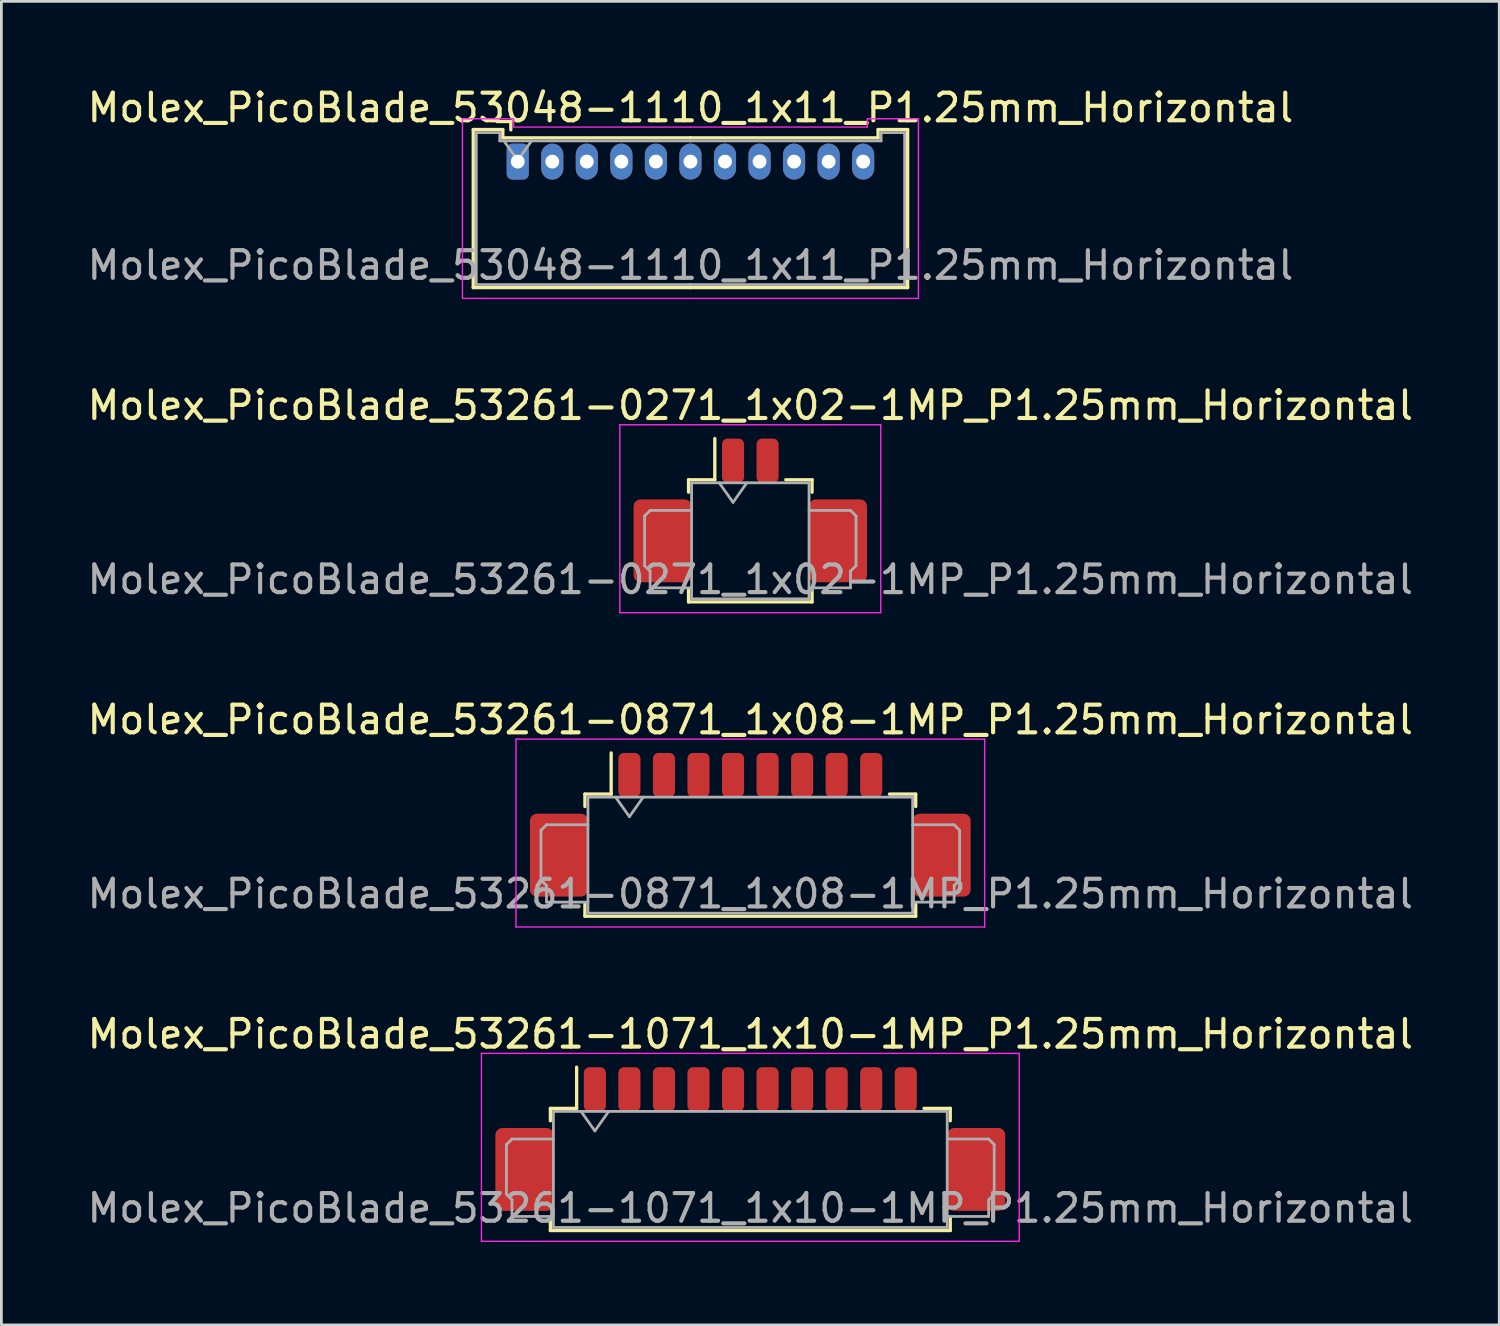
<source format=kicad_pcb>
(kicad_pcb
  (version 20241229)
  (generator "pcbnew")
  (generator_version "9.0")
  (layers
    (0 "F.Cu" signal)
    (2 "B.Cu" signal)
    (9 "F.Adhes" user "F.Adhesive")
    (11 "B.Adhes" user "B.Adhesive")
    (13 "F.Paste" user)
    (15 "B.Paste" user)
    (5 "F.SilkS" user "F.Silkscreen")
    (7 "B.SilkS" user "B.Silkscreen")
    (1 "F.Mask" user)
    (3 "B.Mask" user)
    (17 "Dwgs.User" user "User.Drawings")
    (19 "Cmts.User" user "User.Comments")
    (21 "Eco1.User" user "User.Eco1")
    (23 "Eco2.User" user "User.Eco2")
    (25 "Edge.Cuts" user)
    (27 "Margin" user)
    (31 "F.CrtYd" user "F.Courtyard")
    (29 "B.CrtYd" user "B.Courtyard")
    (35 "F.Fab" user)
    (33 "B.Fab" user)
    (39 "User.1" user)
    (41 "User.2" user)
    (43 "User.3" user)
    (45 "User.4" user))
  (footprint "Molex_PicoBlade_53261-0271_1x02-1MP_P1.25mm_Horizontal"
    (layer "F.Cu")
    (at 24.101 16.021)
    (property "Reference" "Molex_PicoBlade_53261-0271_1x02-1MP_P1.25mm_Horizontal" (at 0 -4.4 0) (layer "F.SilkS") (effects (font (size 1 1) (thickness 0.15))))
    (attr smd)
    (fp_line (start -2.235 -1.71) (end -1.285 -1.71) (stroke (width 0.12) (type solid)) (layer "F.SilkS"))
    (fp_line (start -2.235 -1.26) (end -2.235 -1.71) (stroke (width 0.12) (type solid)) (layer "F.SilkS"))
    (fp_line (start -2.235 2.26) (end -2.235 2.71) (stroke (width 0.12) (type solid)) (layer "F.SilkS"))
    (fp_line (start -2.235 2.71) (end 2.235 2.71) (stroke (width 0.12) (type solid)) (layer "F.SilkS"))
    (fp_line (start -1.285 -1.71) (end -1.285 -3.2) (stroke (width 0.12) (type solid)) (layer "F.SilkS"))
    (fp_line (start 2.235 -1.71) (end 1.285 -1.71) (stroke (width 0.12) (type solid)) (layer "F.SilkS"))
    (fp_line (start 2.235 -1.26) (end 2.235 -1.71) (stroke (width 0.12) (type solid)) (layer "F.SilkS"))
    (fp_line (start 2.235 2.71) (end 2.235 2.26) (stroke (width 0.12) (type solid)) (layer "F.SilkS"))
    (fp_line (start -4.72 -3.7) (end -4.72 3.1) (stroke (width 0.05) (type solid)) (layer "F.CrtYd"))
    (fp_line (start -4.72 3.1) (end 4.72 3.1) (stroke (width 0.05) (type solid)) (layer "F.CrtYd"))
    (fp_line (start 4.72 -3.7) (end -4.72 -3.7) (stroke (width 0.05) (type solid)) (layer "F.CrtYd"))
    (fp_line (start 4.72 3.1) (end 4.72 -3.7) (stroke (width 0.05) (type solid)) (layer "F.CrtYd"))
    (fp_line (start -3.825 -0.4) (end -3.825 1.4) (stroke (width 0.1) (type solid)) (layer "F.Fab"))
    (fp_line (start -3.825 1.4) (end -3.625 1.6) (stroke (width 0.1) (type solid)) (layer "F.Fab"))
    (fp_line (start -3.625 -0.6) (end -3.825 -0.4) (stroke (width 0.1) (type solid)) (layer "F.Fab"))
    (fp_line (start -3.625 1.6) (end -3.625 2.2) (stroke (width 0.1) (type solid)) (layer "F.Fab"))
    (fp_line (start -3.625 2.2) (end -2.125 2.2) (stroke (width 0.1) (type solid)) (layer "F.Fab"))
    (fp_line (start -2.125 -1.6) (end -2.125 2.6) (stroke (width 0.1) (type solid)) (layer "F.Fab"))
    (fp_line (start -2.125 -1.6) (end 2.125 -1.6) (stroke (width 0.1) (type solid)) (layer "F.Fab"))
    (fp_line (start -2.125 -0.6) (end -3.625 -0.6) (stroke (width 0.1) (type solid)) (layer "F.Fab"))
    (fp_line (start -2.125 2.6) (end 2.125 2.6) (stroke (width 0.1) (type solid)) (layer "F.Fab"))
    (fp_line (start -1.125 -1.6) (end -0.625 -0.893) (stroke (width 0.1) (type solid)) (layer "F.Fab"))
    (fp_line (start -0.625 -0.893) (end -0.125 -1.6) (stroke (width 0.1) (type solid)) (layer "F.Fab"))
    (fp_line (start 2.125 -1.6) (end 2.125 2.6) (stroke (width 0.1) (type solid)) (layer "F.Fab"))
    (fp_line (start 2.125 -0.6) (end 3.625 -0.6) (stroke (width 0.1) (type solid)) (layer "F.Fab"))
    (fp_line (start 3.625 -0.6) (end 3.825 -0.4) (stroke (width 0.1) (type solid)) (layer "F.Fab"))
    (fp_line (start 3.625 1.6) (end 3.625 2.2) (stroke (width 0.1) (type solid)) (layer "F.Fab"))
    (fp_line (start 3.625 2.2) (end 2.125 2.2) (stroke (width 0.1) (type solid)) (layer "F.Fab"))
    (fp_line (start 3.825 -0.4) (end 3.825 1.4) (stroke (width 0.1) (type solid)) (layer "F.Fab"))
    (fp_line (start 3.825 1.4) (end 3.625 1.6) (stroke (width 0.1) (type solid)) (layer "F.Fab"))
    (fp_text user "${REFERENCE}" (at 0 1.9 0) (layer "F.Fab") (effects (font (size 1 1) (thickness 0.15))))
    (pad "1" smd roundrect (at -0.625 -2.4) (size 0.8 1.6) (layers "F.Cu" "F.Mask" "F.Paste") (roundrect_rratio 0.25))
    (pad "2" smd roundrect (at 0.625 -2.4) (size 0.8 1.6) (layers "F.Cu" "F.Mask" "F.Paste") (roundrect_rratio 0.25))
    (pad "MP" smd roundrect (at -3.175 0.5) (size 2.1 3) (layers "F.Cu" "F.Mask" "F.Paste") (roundrect_rratio 0.119))
    (pad "MP" smd roundrect (at 3.175 0.5) (size 2.1 3) (layers "F.Cu" "F.Mask" "F.Paste") (roundrect_rratio 0.119)))
  (footprint "Molex_PicoBlade_53261-0871_1x08-1MP_P1.25mm_Horizontal"
    (layer "F.Cu")
    (at 24.101 27.395)
    (property "Reference" "Molex_PicoBlade_53261-0871_1x08-1MP_P1.25mm_Horizontal" (at 0 -4.4 0) (layer "F.SilkS") (effects (font (size 1 1) (thickness 0.15))))
    (attr smd)
    (fp_line (start -5.985 -1.71) (end -5.035 -1.71) (stroke (width 0.12) (type solid)) (layer "F.SilkS"))
    (fp_line (start -5.985 -1.26) (end -5.985 -1.71) (stroke (width 0.12) (type solid)) (layer "F.SilkS"))
    (fp_line (start -5.985 2.26) (end -5.985 2.71) (stroke (width 0.12) (type solid)) (layer "F.SilkS"))
    (fp_line (start -5.985 2.71) (end 5.985 2.71) (stroke (width 0.12) (type solid)) (layer "F.SilkS"))
    (fp_line (start -5.035 -1.71) (end -5.035 -3.2) (stroke (width 0.12) (type solid)) (layer "F.SilkS"))
    (fp_line (start 5.985 -1.71) (end 5.035 -1.71) (stroke (width 0.12) (type solid)) (layer "F.SilkS"))
    (fp_line (start 5.985 -1.26) (end 5.985 -1.71) (stroke (width 0.12) (type solid)) (layer "F.SilkS"))
    (fp_line (start 5.985 2.71) (end 5.985 2.26) (stroke (width 0.12) (type solid)) (layer "F.SilkS"))
    (fp_line (start -8.48 -3.7) (end -8.48 3.1) (stroke (width 0.05) (type solid)) (layer "F.CrtYd"))
    (fp_line (start -8.48 3.1) (end 8.48 3.1) (stroke (width 0.05) (type solid)) (layer "F.CrtYd"))
    (fp_line (start 8.48 -3.7) (end -8.48 -3.7) (stroke (width 0.05) (type solid)) (layer "F.CrtYd"))
    (fp_line (start 8.48 3.1) (end 8.48 -3.7) (stroke (width 0.05) (type solid)) (layer "F.CrtYd"))
    (fp_line (start -7.575 -0.4) (end -7.575 1.4) (stroke (width 0.1) (type solid)) (layer "F.Fab"))
    (fp_line (start -7.575 1.4) (end -7.375 1.6) (stroke (width 0.1) (type solid)) (layer "F.Fab"))
    (fp_line (start -7.375 -0.6) (end -7.575 -0.4) (stroke (width 0.1) (type solid)) (layer "F.Fab"))
    (fp_line (start -7.375 1.6) (end -7.375 2.2) (stroke (width 0.1) (type solid)) (layer "F.Fab"))
    (fp_line (start -7.375 2.2) (end -5.875 2.2) (stroke (width 0.1) (type solid)) (layer "F.Fab"))
    (fp_line (start -5.875 -1.6) (end -5.875 2.6) (stroke (width 0.1) (type solid)) (layer "F.Fab"))
    (fp_line (start -5.875 -1.6) (end 5.875 -1.6) (stroke (width 0.1) (type solid)) (layer "F.Fab"))
    (fp_line (start -5.875 -0.6) (end -7.375 -0.6) (stroke (width 0.1) (type solid)) (layer "F.Fab"))
    (fp_line (start -5.875 2.6) (end 5.875 2.6) (stroke (width 0.1) (type solid)) (layer "F.Fab"))
    (fp_line (start -4.875 -1.6) (end -4.375 -0.893) (stroke (width 0.1) (type solid)) (layer "F.Fab"))
    (fp_line (start -4.375 -0.893) (end -3.875 -1.6) (stroke (width 0.1) (type solid)) (layer "F.Fab"))
    (fp_line (start 5.875 -1.6) (end 5.875 2.6) (stroke (width 0.1) (type solid)) (layer "F.Fab"))
    (fp_line (start 5.875 -0.6) (end 7.375 -0.6) (stroke (width 0.1) (type solid)) (layer "F.Fab"))
    (fp_line (start 7.375 -0.6) (end 7.575 -0.4) (stroke (width 0.1) (type solid)) (layer "F.Fab"))
    (fp_line (start 7.375 1.6) (end 7.375 2.2) (stroke (width 0.1) (type solid)) (layer "F.Fab"))
    (fp_line (start 7.375 2.2) (end 5.875 2.2) (stroke (width 0.1) (type solid)) (layer "F.Fab"))
    (fp_line (start 7.575 -0.4) (end 7.575 1.4) (stroke (width 0.1) (type solid)) (layer "F.Fab"))
    (fp_line (start 7.575 1.4) (end 7.375 1.6) (stroke (width 0.1) (type solid)) (layer "F.Fab"))
    (fp_text user "${REFERENCE}" (at 0 1.9 0) (layer "F.Fab") (effects (font (size 1 1) (thickness 0.15))))
    (pad "1" smd roundrect (at -4.375 -2.4) (size 0.8 1.6) (layers "F.Cu" "F.Mask" "F.Paste") (roundrect_rratio 0.25))
    (pad "2" smd roundrect (at -3.125 -2.4) (size 0.8 1.6) (layers "F.Cu" "F.Mask" "F.Paste") (roundrect_rratio 0.25))
    (pad "3" smd roundrect (at -1.875 -2.4) (size 0.8 1.6) (layers "F.Cu" "F.Mask" "F.Paste") (roundrect_rratio 0.25))
    (pad "4" smd roundrect (at -0.625 -2.4) (size 0.8 1.6) (layers "F.Cu" "F.Mask" "F.Paste") (roundrect_rratio 0.25))
    (pad "5" smd roundrect (at 0.625 -2.4) (size 0.8 1.6) (layers "F.Cu" "F.Mask" "F.Paste") (roundrect_rratio 0.25))
    (pad "6" smd roundrect (at 1.875 -2.4) (size 0.8 1.6) (layers "F.Cu" "F.Mask" "F.Paste") (roundrect_rratio 0.25))
    (pad "7" smd roundrect (at 3.125 -2.4) (size 0.8 1.6) (layers "F.Cu" "F.Mask" "F.Paste") (roundrect_rratio 0.25))
    (pad "8" smd roundrect (at 4.375 -2.4) (size 0.8 1.6) (layers "F.Cu" "F.Mask" "F.Paste") (roundrect_rratio 0.25))
    (pad "MP" smd roundrect (at -6.925 0.5) (size 2.1 3) (layers "F.Cu" "F.Mask" "F.Paste") (roundrect_rratio 0.119))
    (pad "MP" smd roundrect (at 6.925 0.5) (size 2.1 3) (layers "F.Cu" "F.Mask" "F.Paste") (roundrect_rratio 0.119)))
  (footprint "Molex_PicoBlade_53048-1110_1x11_P1.25mm_Horizontal"
    (layer "F.Cu")
    (at 15.685 2.798)
    (property "Reference" "Molex_PicoBlade_53048-1110_1x11_P1.25mm_Horizontal" (at 6.25 -1.95 0) (layer "F.SilkS") (effects (font (size 1 1) (thickness 0.15))))
    (attr through_hole)
    (fp_line (start -1.61 -1.16) (end -1.61 4.56) (stroke (width 0.12) (type solid)) (layer "F.SilkS"))
    (fp_line (start -1.61 4.56) (end 6.25 4.56) (stroke (width 0.12) (type solid)) (layer "F.SilkS"))
    (fp_line (start -0.54 -1.16) (end -1.61 -1.16) (stroke (width 0.12) (type solid)) (layer "F.SilkS"))
    (fp_line (start -0.54 -0.86) (end -0.54 -1.16) (stroke (width 0.12) (type solid)) (layer "F.SilkS"))
    (fp_line (start -0.25 -1.45) (end -0.75 -1.45) (stroke (width 0.12) (type solid)) (layer "F.SilkS"))
    (fp_line (start -0.25 -1.15) (end -0.25 -1.45) (stroke (width 0.12) (type solid)) (layer "F.SilkS"))
    (fp_line (start 6.25 -0.86) (end -0.54 -0.86) (stroke (width 0.12) (type solid)) (layer "F.SilkS"))
    (fp_line (start 6.25 -0.86) (end 13.04 -0.86) (stroke (width 0.12) (type solid)) (layer "F.SilkS"))
    (fp_line (start 13.04 -1.16) (end 14.11 -1.16) (stroke (width 0.12) (type solid)) (layer "F.SilkS"))
    (fp_line (start 13.04 -0.86) (end 13.04 -1.16) (stroke (width 0.12) (type solid)) (layer "F.SilkS"))
    (fp_line (start 14.11 -1.16) (end 14.11 4.56) (stroke (width 0.12) (type solid)) (layer "F.SilkS"))
    (fp_line (start 14.11 4.56) (end 6.25 4.56) (stroke (width 0.12) (type solid)) (layer "F.SilkS"))
    (fp_line (start -2 -1.55) (end -2 4.95) (stroke (width 0.05) (type solid)) (layer "F.CrtYd"))
    (fp_line (start -2 4.95) (end 6.25 4.95) (stroke (width 0.05) (type solid)) (layer "F.CrtYd"))
    (fp_line (start -0.15 -1.55) (end -2 -1.55) (stroke (width 0.05) (type solid)) (layer "F.CrtYd"))
    (fp_line (start -0.15 -1.25) (end -0.15 -1.55) (stroke (width 0.05) (type solid)) (layer "F.CrtYd"))
    (fp_line (start 6.25 -1.25) (end -0.15 -1.25) (stroke (width 0.05) (type solid)) (layer "F.CrtYd"))
    (fp_line (start 6.25 -1.25) (end 12.65 -1.25) (stroke (width 0.05) (type solid)) (layer "F.CrtYd"))
    (fp_line (start 12.65 -1.55) (end 14.5 -1.55) (stroke (width 0.05) (type solid)) (layer "F.CrtYd"))
    (fp_line (start 12.65 -1.25) (end 12.65 -1.55) (stroke (width 0.05) (type solid)) (layer "F.CrtYd"))
    (fp_line (start 14.5 -1.55) (end 14.5 4.95) (stroke (width 0.05) (type solid)) (layer "F.CrtYd"))
    (fp_line (start 14.5 4.95) (end 6.25 4.95) (stroke (width 0.05) (type solid)) (layer "F.CrtYd"))
    (fp_line (start -1.5 -1.05) (end -1.5 4.45) (stroke (width 0.1) (type solid)) (layer "F.Fab"))
    (fp_line (start -1.5 4.45) (end 6.25 4.45) (stroke (width 0.1) (type solid)) (layer "F.Fab"))
    (fp_line (start -0.65 -1.05) (end -1.5 -1.05) (stroke (width 0.1) (type solid)) (layer "F.Fab"))
    (fp_line (start -0.65 -0.75) (end -0.65 -1.05) (stroke (width 0.1) (type solid)) (layer "F.Fab"))
    (fp_line (start -0.5 -0.75) (end 0 -0.043) (stroke (width 0.1) (type solid)) (layer "F.Fab"))
    (fp_line (start 0 -0.043) (end 0.5 -0.75) (stroke (width 0.1) (type solid)) (layer "F.Fab"))
    (fp_line (start 6.25 -0.75) (end -0.65 -0.75) (stroke (width 0.1) (type solid)) (layer "F.Fab"))
    (fp_line (start 6.25 -0.75) (end 13.15 -0.75) (stroke (width 0.1) (type solid)) (layer "F.Fab"))
    (fp_line (start 13.15 -1.05) (end 14 -1.05) (stroke (width 0.1) (type solid)) (layer "F.Fab"))
    (fp_line (start 13.15 -0.75) (end 13.15 -1.05) (stroke (width 0.1) (type solid)) (layer "F.Fab"))
    (fp_line (start 14 -1.05) (end 14 4.45) (stroke (width 0.1) (type solid)) (layer "F.Fab"))
    (fp_line (start 14 4.45) (end 6.25 4.45) (stroke (width 0.1) (type solid)) (layer "F.Fab"))
    (fp_text user "${REFERENCE}" (at 6.25 3.75 0) (layer "F.Fab") (effects (font (size 1 1) (thickness 0.15))))
    (pad "1" thru_hole roundrect (at 0 0) (size 0.8 1.3) (drill 0.5) (layers "*.Cu" "*.Mask") (roundrect_rratio 0.25))
    (pad "2" thru_hole oval (at 1.25 0) (size 0.8 1.3) (drill 0.5) (layers "*.Cu" "*.Mask"))
    (pad "3" thru_hole oval (at 2.5 0) (size 0.8 1.3) (drill 0.5) (layers "*.Cu" "*.Mask"))
    (pad "4" thru_hole oval (at 3.75 0) (size 0.8 1.3) (drill 0.5) (layers "*.Cu" "*.Mask"))
    (pad "5" thru_hole oval (at 5 0) (size 0.8 1.3) (drill 0.5) (layers "*.Cu" "*.Mask"))
    (pad "6" thru_hole oval (at 6.25 0) (size 0.8 1.3) (drill 0.5) (layers "*.Cu" "*.Mask"))
    (pad "7" thru_hole oval (at 7.5 0) (size 0.8 1.3) (drill 0.5) (layers "*.Cu" "*.Mask"))
    (pad "8" thru_hole oval (at 8.75 0) (size 0.8 1.3) (drill 0.5) (layers "*.Cu" "*.Mask"))
    (pad "9" thru_hole oval (at 10 0) (size 0.8 1.3) (drill 0.5) (layers "*.Cu" "*.Mask"))
    (pad "10" thru_hole oval (at 11.25 0) (size 0.8 1.3) (drill 0.5) (layers "*.Cu" "*.Mask"))
    (pad "11" thru_hole oval (at 12.5 0) (size 0.8 1.3) (drill 0.5) (layers "*.Cu" "*.Mask")))
  (footprint "Molex_PicoBlade_53261-1071_1x10-1MP_P1.25mm_Horizontal"
    (layer "F.Cu")
    (at 24.101 38.768)
    (property "Reference" "Molex_PicoBlade_53261-1071_1x10-1MP_P1.25mm_Horizontal" (at 0 -4.4 0) (layer "F.SilkS") (effects (font (size 1 1) (thickness 0.15))))
    (attr smd)
    (fp_line (start -7.235 -1.71) (end -6.285 -1.71) (stroke (width 0.12) (type solid)) (layer "F.SilkS"))
    (fp_line (start -7.235 -1.26) (end -7.235 -1.71) (stroke (width 0.12) (type solid)) (layer "F.SilkS"))
    (fp_line (start -7.235 2.26) (end -7.235 2.71) (stroke (width 0.12) (type solid)) (layer "F.SilkS"))
    (fp_line (start -7.235 2.71) (end 7.235 2.71) (stroke (width 0.12) (type solid)) (layer "F.SilkS"))
    (fp_line (start -6.285 -1.71) (end -6.285 -3.2) (stroke (width 0.12) (type solid)) (layer "F.SilkS"))
    (fp_line (start 7.235 -1.71) (end 6.285 -1.71) (stroke (width 0.12) (type solid)) (layer "F.SilkS"))
    (fp_line (start 7.235 -1.26) (end 7.235 -1.71) (stroke (width 0.12) (type solid)) (layer "F.SilkS"))
    (fp_line (start 7.235 2.71) (end 7.235 2.26) (stroke (width 0.12) (type solid)) (layer "F.SilkS"))
    (fp_line (start -9.73 -3.7) (end -9.73 3.1) (stroke (width 0.05) (type solid)) (layer "F.CrtYd"))
    (fp_line (start -9.73 3.1) (end 9.73 3.1) (stroke (width 0.05) (type solid)) (layer "F.CrtYd"))
    (fp_line (start 9.73 -3.7) (end -9.73 -3.7) (stroke (width 0.05) (type solid)) (layer "F.CrtYd"))
    (fp_line (start 9.73 3.1) (end 9.73 -3.7) (stroke (width 0.05) (type solid)) (layer "F.CrtYd"))
    (fp_line (start -8.825 -0.4) (end -8.825 1.4) (stroke (width 0.1) (type solid)) (layer "F.Fab"))
    (fp_line (start -8.825 1.4) (end -8.625 1.6) (stroke (width 0.1) (type solid)) (layer "F.Fab"))
    (fp_line (start -8.625 -0.6) (end -8.825 -0.4) (stroke (width 0.1) (type solid)) (layer "F.Fab"))
    (fp_line (start -8.625 1.6) (end -8.625 2.2) (stroke (width 0.1) (type solid)) (layer "F.Fab"))
    (fp_line (start -8.625 2.2) (end -7.125 2.2) (stroke (width 0.1) (type solid)) (layer "F.Fab"))
    (fp_line (start -7.125 -1.6) (end -7.125 2.6) (stroke (width 0.1) (type solid)) (layer "F.Fab"))
    (fp_line (start -7.125 -1.6) (end 7.125 -1.6) (stroke (width 0.1) (type solid)) (layer "F.Fab"))
    (fp_line (start -7.125 -0.6) (end -8.625 -0.6) (stroke (width 0.1) (type solid)) (layer "F.Fab"))
    (fp_line (start -7.125 2.6) (end 7.125 2.6) (stroke (width 0.1) (type solid)) (layer "F.Fab"))
    (fp_line (start -6.125 -1.6) (end -5.625 -0.893) (stroke (width 0.1) (type solid)) (layer "F.Fab"))
    (fp_line (start -5.625 -0.893) (end -5.125 -1.6) (stroke (width 0.1) (type solid)) (layer "F.Fab"))
    (fp_line (start 7.125 -1.6) (end 7.125 2.6) (stroke (width 0.1) (type solid)) (layer "F.Fab"))
    (fp_line (start 7.125 -0.6) (end 8.625 -0.6) (stroke (width 0.1) (type solid)) (layer "F.Fab"))
    (fp_line (start 8.625 -0.6) (end 8.825 -0.4) (stroke (width 0.1) (type solid)) (layer "F.Fab"))
    (fp_line (start 8.625 1.6) (end 8.625 2.2) (stroke (width 0.1) (type solid)) (layer "F.Fab"))
    (fp_line (start 8.625 2.2) (end 7.125 2.2) (stroke (width 0.1) (type solid)) (layer "F.Fab"))
    (fp_line (start 8.825 -0.4) (end 8.825 1.4) (stroke (width 0.1) (type solid)) (layer "F.Fab"))
    (fp_line (start 8.825 1.4) (end 8.625 1.6) (stroke (width 0.1) (type solid)) (layer "F.Fab"))
    (fp_text user "${REFERENCE}" (at 0 1.9 0) (layer "F.Fab") (effects (font (size 1 1) (thickness 0.15))))
    (pad "1" smd roundrect (at -5.625 -2.4) (size 0.8 1.6) (layers "F.Cu" "F.Mask" "F.Paste") (roundrect_rratio 0.25))
    (pad "2" smd roundrect (at -4.375 -2.4) (size 0.8 1.6) (layers "F.Cu" "F.Mask" "F.Paste") (roundrect_rratio 0.25))
    (pad "3" smd roundrect (at -3.125 -2.4) (size 0.8 1.6) (layers "F.Cu" "F.Mask" "F.Paste") (roundrect_rratio 0.25))
    (pad "4" smd roundrect (at -1.875 -2.4) (size 0.8 1.6) (layers "F.Cu" "F.Mask" "F.Paste") (roundrect_rratio 0.25))
    (pad "5" smd roundrect (at -0.625 -2.4) (size 0.8 1.6) (layers "F.Cu" "F.Mask" "F.Paste") (roundrect_rratio 0.25))
    (pad "6" smd roundrect (at 0.625 -2.4) (size 0.8 1.6) (layers "F.Cu" "F.Mask" "F.Paste") (roundrect_rratio 0.25))
    (pad "7" smd roundrect (at 1.875 -2.4) (size 0.8 1.6) (layers "F.Cu" "F.Mask" "F.Paste") (roundrect_rratio 0.25))
    (pad "8" smd roundrect (at 3.125 -2.4) (size 0.8 1.6) (layers "F.Cu" "F.Mask" "F.Paste") (roundrect_rratio 0.25))
    (pad "9" smd roundrect (at 4.375 -2.4) (size 0.8 1.6) (layers "F.Cu" "F.Mask" "F.Paste") (roundrect_rratio 0.25))
    (pad "10" smd roundrect (at 5.625 -2.4) (size 0.8 1.6) (layers "F.Cu" "F.Mask" "F.Paste") (roundrect_rratio 0.25))
    (pad "MP" smd roundrect (at -8.175 0.5) (size 2.1 3) (layers "F.Cu" "F.Mask" "F.Paste") (roundrect_rratio 0.119))
    (pad "MP" smd roundrect (at 8.175 0.5) (size 2.1 3) (layers "F.Cu" "F.Mask" "F.Paste") (roundrect_rratio 0.119)))
  (gr_rect
    (start -3 -3)
    (end 51.202 44.893)
    (stroke (width 0.1) (type default))
    (fill no)
    (layer "Edge.Cuts")))
</source>
